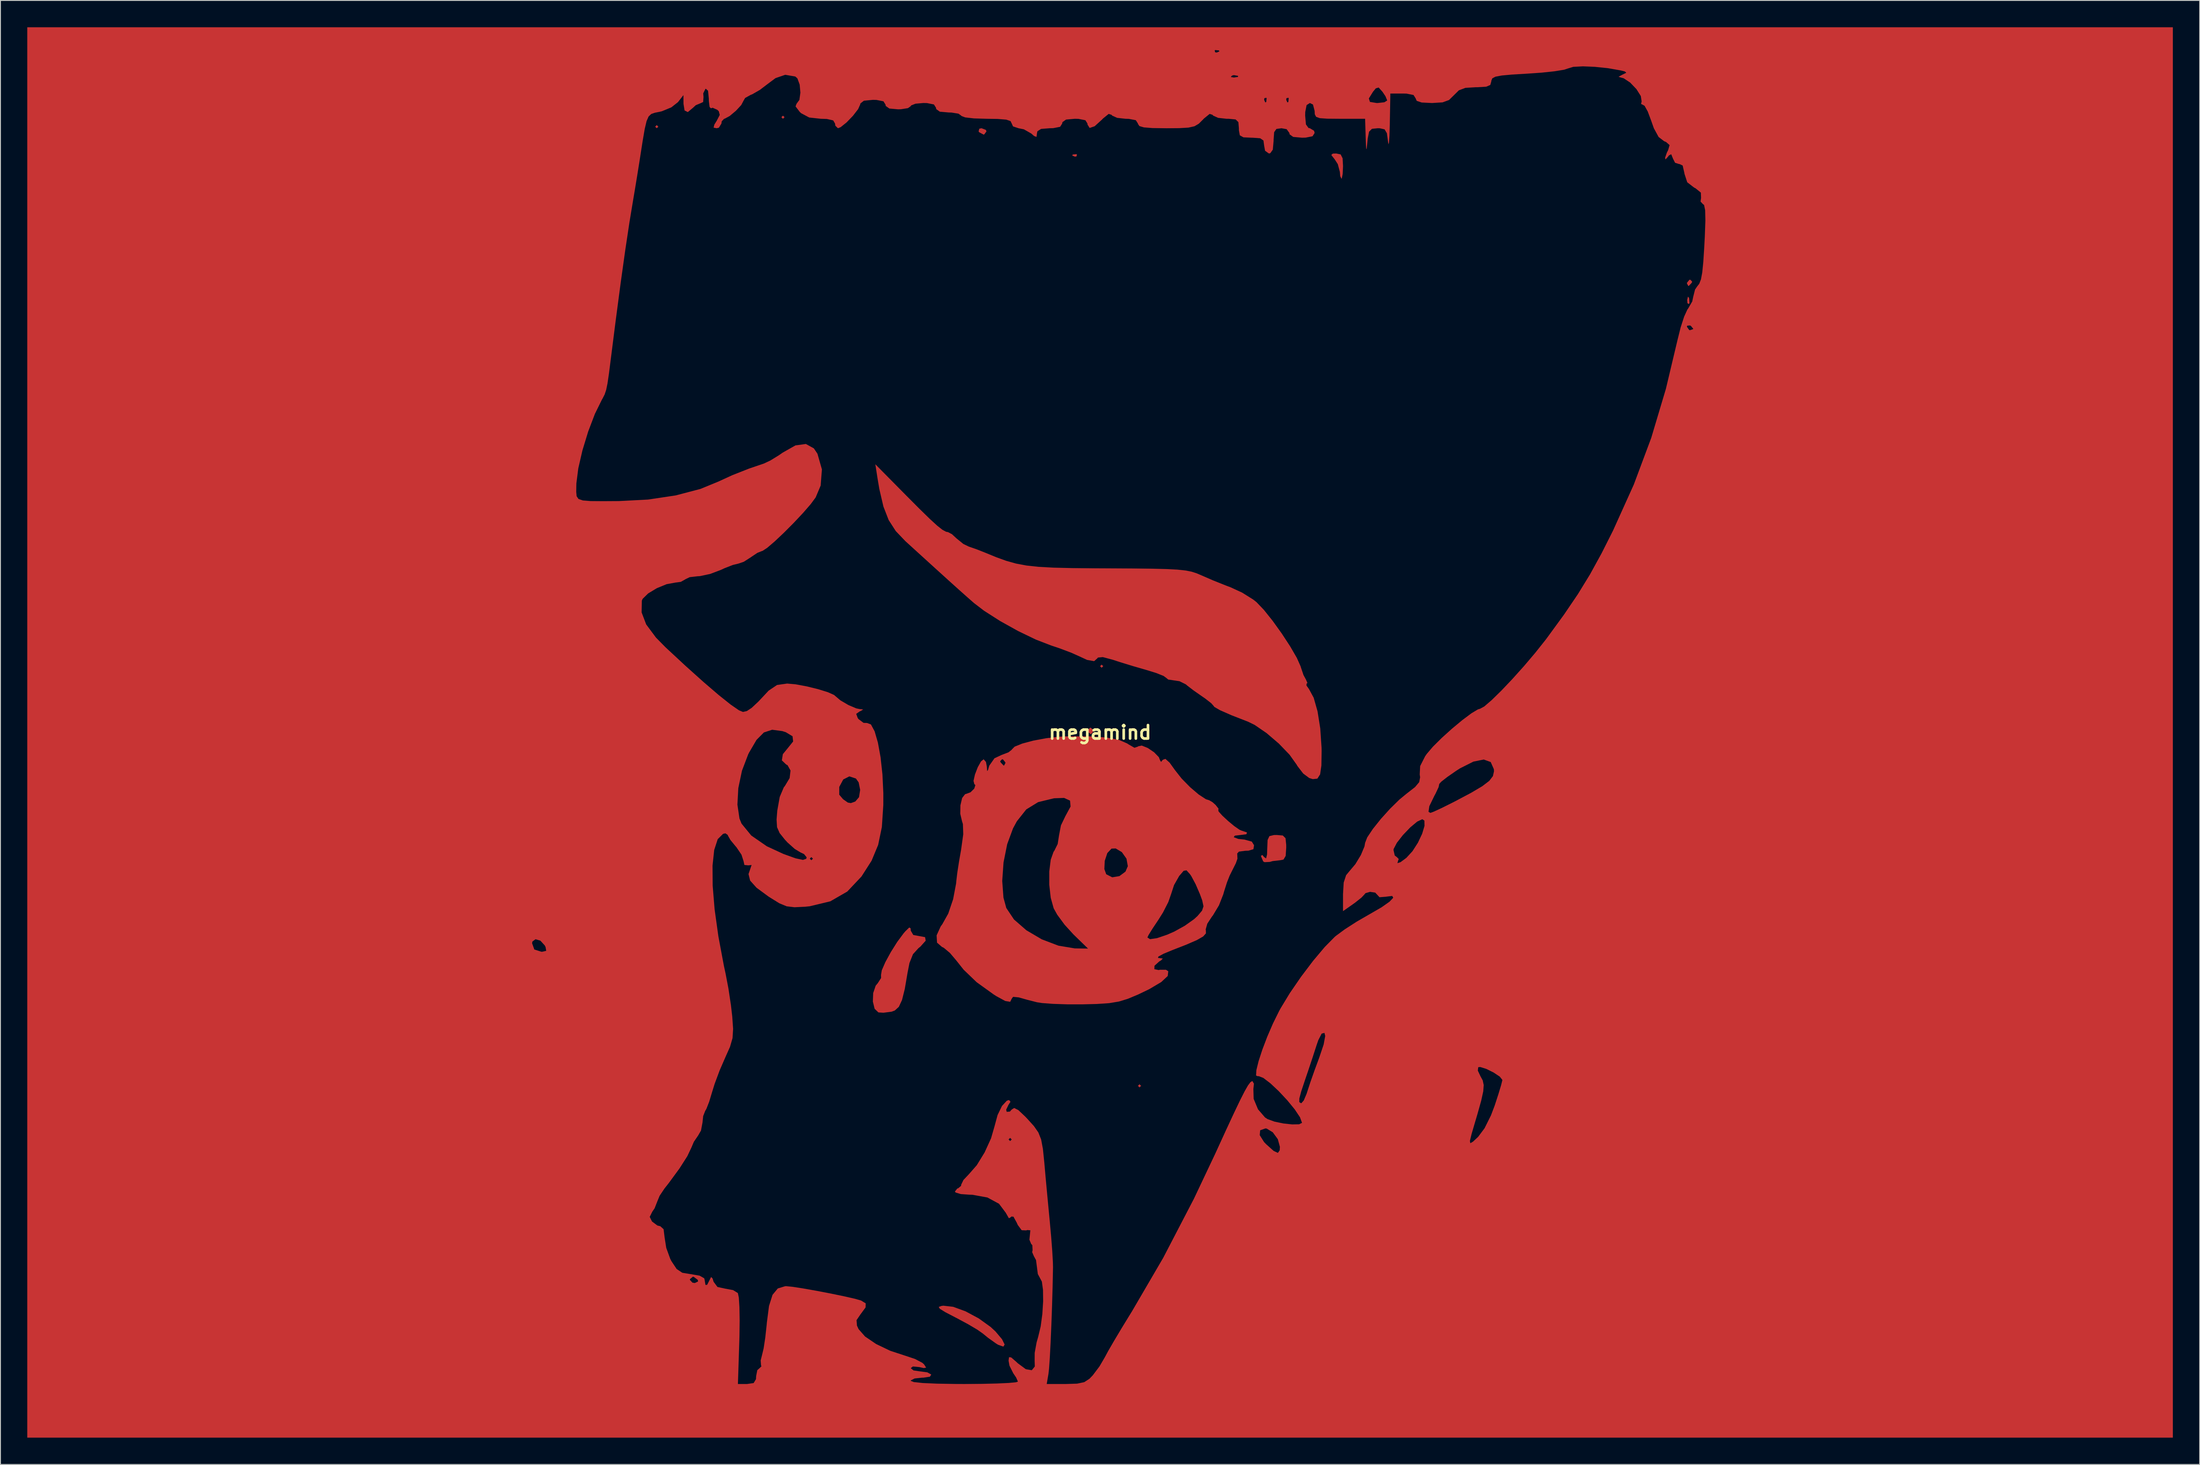
<source format=kicad_pcb>
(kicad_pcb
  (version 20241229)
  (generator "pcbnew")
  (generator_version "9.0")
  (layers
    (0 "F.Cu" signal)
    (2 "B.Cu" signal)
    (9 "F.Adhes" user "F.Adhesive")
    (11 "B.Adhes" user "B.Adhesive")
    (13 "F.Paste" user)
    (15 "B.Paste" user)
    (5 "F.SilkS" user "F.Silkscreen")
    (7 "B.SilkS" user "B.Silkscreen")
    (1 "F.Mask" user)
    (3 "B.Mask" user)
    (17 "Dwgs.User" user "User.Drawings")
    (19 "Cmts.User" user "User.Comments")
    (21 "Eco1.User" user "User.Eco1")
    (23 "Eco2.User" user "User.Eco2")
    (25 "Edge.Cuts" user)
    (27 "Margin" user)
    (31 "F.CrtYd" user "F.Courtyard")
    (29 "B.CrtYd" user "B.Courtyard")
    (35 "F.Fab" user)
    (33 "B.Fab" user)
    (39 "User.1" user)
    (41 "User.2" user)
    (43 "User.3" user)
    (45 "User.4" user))
  (footprint "megamind"
    (layer "F.Cu")
    (at 119.944 78.846)
    (property "Reference" "megamind" (at 0 0 0) (layer "F.SilkS") (effects (font (size 1.5 1.5) (thickness 0.3))))
    (attr board_only exclude_from_pos_files exclude_from_bom)
    (fp_poly (pts (xy -49.389 -67.733) (xy -49.565 -67.557) (xy -49.742 -67.733) (xy -49.565 -67.91)) (stroke (width 0) (type solid)) (fill yes) (layer "F.Cu"))
    (fp_poly (pts (xy -35.278 -68.792) (xy -35.454 -68.615) (xy -35.631 -68.792) (xy -35.454 -68.968)) (stroke (width 0) (type solid)) (fill yes) (layer "F.Cu"))
    (fp_poly (pts (xy 0.353 -7.408) (xy 0.176 -7.232) (xy 0 -7.408) (xy 0.176 -7.585)) (stroke (width 0) (type solid)) (fill yes) (layer "F.Cu"))
    (fp_poly (pts (xy 4.586 39.511) (xy 4.41 39.688) (xy 4.233 39.511) (xy 4.41 39.335)) (stroke (width 0) (type solid)) (fill yes) (layer "F.Cu"))
    (fp_poly (pts (xy -2.587 -64.617) (xy -2.635 -64.407) (xy -2.822 -64.382) (xy -3.113 -64.511) (xy -3.057 -64.617) (xy -2.639 -64.659)) (stroke (width 0) (type solid)) (fill yes) (layer "F.Cu"))
    (fp_poly (pts (xy 65.858 -48.573) (xy 65.9 -48.022) (xy 65.83 -47.897) (xy 65.669 -48.002) (xy 65.645 -48.36) (xy 65.731 -48.736)) (stroke (width 0) (type solid)) (fill yes) (layer "F.Cu"))
    (fp_poly (pts (xy -12.767 -67.373) (xy -12.7 -67.204) (xy -12.953 -66.861) (xy -13.032 -66.851) (xy -13.51 -67.108) (xy -13.582 -67.204) (xy -13.502 -67.506) (xy -13.25 -67.557)) (stroke (width 0) (type solid)) (fill yes) (layer "F.Cu"))
    (fp_poly (pts (xy -0.716 -0.261) (xy -0.706 -0.176) (xy -0.974 0.166) (xy -1.058 0.176) (xy -1.401 -0.092) (xy -1.411 -0.176) (xy -1.143 -0.519) (xy -1.058 -0.529)) (stroke (width 0) (type solid)) (fill yes) (layer "F.Cu"))
    (fp_poly (pts (xy 66.201 -50.407) (xy 66.146 -50.271) (xy 65.829 -49.934) (xy 65.772 -49.918) (xy 65.621 -50.191) (xy 65.617 -50.271) (xy 65.888 -50.61) (xy 65.99 -50.624)) (stroke (width 0) (type solid)) (fill yes) (layer "F.Cu"))
    (fp_poly (pts (xy 26.898 -64.633) (xy 27.117 -64.2) (xy 27.164 -63.324) (xy 27.125 -62.44) (xy 27.027 -61.948) (xy 26.988 -61.913) (xy 26.848 -62.212) (xy 26.811 -62.678) (xy 26.579 -63.545) (xy 26.227 -64.09) (xy 25.851 -64.567) (xy 26.019 -64.722) (xy 26.404 -64.735)) (stroke (width 0) (type solid)) (fill yes) (layer "F.Cu"))
    (fp_poly (pts (xy -16.425 64.218) (xy -15.036 64.727) (xy -13.567 65.515) (xy -12.231 66.476) (xy -11.686 66.982) (xy -10.96 67.845) (xy -10.668 68.436) (xy -10.813 68.67) (xy -11.396 68.463) (xy -11.642 68.312) (xy -12.516 67.689) (xy -13.127 67.192) (xy -13.731 66.769) (xy -14.758 66.162) (xy -15.997 65.496) (xy -16.126 65.43) (xy -17.304 64.816) (xy -17.917 64.439) (xy -18.037 64.231) (xy -17.733 64.123) (xy -17.52 64.094)) (stroke (width 0) (type solid)) (fill yes) (layer "F.Cu"))
    (fp_poly (pts (xy 20.434 11.521) (xy 20.736 11.823) (xy 20.812 12.573) (xy 20.814 12.876) (xy 20.752 13.804) (xy 20.509 14.213) (xy 20.137 14.287) (xy 19.298 14.383) (xy 18.972 14.475) (xy 18.388 14.503) (xy 18.238 14.416) (xy 18 13.862) (xy 17.997 13.788) (xy 18.146 13.7) (xy 18.344 13.935) (xy 18.563 14.088) (xy 18.671 13.64) (xy 18.692 12.965) (xy 18.731 12.024) (xy 18.933 11.591) (xy 19.437 11.47) (xy 19.756 11.465)) (stroke (width 0) (type solid)) (fill yes) (layer "F.Cu"))
    (fp_poly (pts (xy -21.18 21.897) (xy -21.167 22.158) (xy -20.881 22.646) (xy -20.285 22.754) (xy -19.564 22.887) (xy -19.495 23.282) (xy -20.079 23.934) (xy -20.309 24.121) (xy -20.918 24.794) (xy -21.311 25.782) (xy -21.527 26.881) (xy -21.836 28.691) (xy -22.143 29.916) (xy -22.496 30.675) (xy -22.944 31.085) (xy -23.303 31.22) (xy -24.227 31.339) (xy -24.783 31.302) (xy -25.207 30.896) (xy -25.403 30.086) (xy -25.366 29.137) (xy -25.089 28.316) (xy -24.855 28.033) (xy -24.484 27.456) (xy -24.49 27.111) (xy -24.403 26.587) (xy -24.005 25.676) (xy -23.397 24.561) (xy -22.683 23.426) (xy -21.964 22.456) (xy -21.784 22.247) (xy -21.336 21.806)) (stroke (width 0) (type solid)) (fill yes) (layer "F.Cu"))
    (fp_poly (pts (xy -21.813 -26.635) (xy -20.223 -25.037) (xy -19.043 -23.884) (xy -18.198 -23.111) (xy -17.613 -22.651) (xy -17.214 -22.439) (xy -17.003 -22.401) (xy -16.555 -22.165) (xy -16.06 -21.705) (xy -15.285 -21.076) (xy -14.682 -20.784) (xy -13.809 -20.481) (xy -12.876 -20.113) (xy -11.607 -19.593) (xy -10.486 -19.188) (xy -9.4 -18.884) (xy -8.232 -18.665) (xy -6.868 -18.518) (xy -5.193 -18.427) (xy -3.092 -18.377) (xy -0.451 -18.353) (xy 0.882 -18.348) (xy 3.636 -18.335) (xy 5.782 -18.312) (xy 7.417 -18.271) (xy 8.639 -18.207) (xy 9.544 -18.111) (xy 10.232 -17.976) (xy 10.797 -17.795) (xy 11.289 -17.585) (xy 12.651 -16.994) (xy 14.144 -16.398) (xy 14.589 -16.232) (xy 15.887 -15.633) (xy 17.124 -14.859) (xy 17.497 -14.563) (xy 18.319 -13.703) (xy 19.3 -12.476) (xy 20.32 -11.055) (xy 21.26 -9.618) (xy 22.001 -8.339) (xy 22.422 -7.394) (xy 22.451 -7.289) (xy 22.745 -6.418) (xy 23.022 -5.909) (xy 23.187 -5.531) (xy 23.095 -5.468) (xy 23.076 -5.251) (xy 23.36 -4.851) (xy 23.885 -3.881) (xy 24.315 -2.364) (xy 24.619 -0.452) (xy 24.765 1.7) (xy 24.772 2.091) (xy 24.747 3.692) (xy 24.603 4.685) (xy 24.297 5.163) (xy 23.787 5.218) (xy 23.389 5.096) (xy 22.713 4.594) (xy 22.062 3.749) (xy 21.978 3.599) (xy 21.184 2.486) (xy 19.991 1.246) (xy 18.619 0.072) (xy 17.287 -0.841) (xy 16.561 -1.197) (xy 14.681 -1.931) (xy 13.409 -2.49) (xy 12.771 -2.86) (xy 12.698 -2.964) (xy 12.429 -3.269) (xy 11.755 -3.794) (xy 11.375 -4.056) (xy 10.455 -4.699) (xy 9.738 -5.248) (xy 9.588 -5.379) (xy 8.88 -5.73) (xy 8.265 -5.821) (xy 7.614 -5.917) (xy 7.408 -6.095) (xy 7.096 -6.322) (xy 6.28 -6.647) (xy 5.203 -6.98) (xy 3.726 -7.406) (xy 2.246 -7.86) (xy 1.416 -8.131) (xy 0.309 -8.426) (xy -0.243 -8.374) (xy -0.289 -8.304) (xy -0.663 -7.971) (xy -1.448 -8.11) (xy -2.293 -8.501) (xy -3.216 -8.915) (xy -4.492 -9.397) (xy -5.468 -9.724) (xy -7.182 -10.386) (xy -9.165 -11.343) (xy -11.173 -12.46) (xy -12.96 -13.602) (xy -14.095 -14.469) (xy -14.8 -15.087) (xy -15.735 -15.92) (xy -16.963 -17.025) (xy -18.549 -18.463) (xy -20.557 -20.289) (xy -21.768 -21.392) (xy -22.844 -22.519) (xy -23.637 -23.751) (xy -24.223 -25.259) (xy -24.678 -27.215) (xy -24.879 -28.399) (xy -25.125 -29.986)) (stroke (width 0) (type solid)) (fill yes) (layer "F.Cu"))
    (fp_poly (pts (xy 0.691 0.561) (xy 2.101 0.825) (xy 3.043 1.237) (xy 3.148 1.312) (xy 3.844 1.713) (xy 4.235 1.582) (xy 4.258 1.548) (xy 4.66 1.465) (xy 5.331 1.736) (xy 6.045 2.218) (xy 6.572 2.763) (xy 6.708 3.111) (xy 6.822 3.294) (xy 7.01 3.06) (xy 7.304 2.952) (xy 7.778 3.377) (xy 8.383 4.218) (xy 9.122 5.156) (xy 10.061 6.113) (xy 11.023 6.934) (xy 11.835 7.466) (xy 12.212 7.585) (xy 12.581 7.804) (xy 12.927 8.114) (xy 13.251 8.529) (xy 13.217 8.643) (xy 13.25 8.833) (xy 13.673 9.304) (xy 14.318 9.903) (xy 15.015 10.48) (xy 15.597 10.883) (xy 15.819 10.978) (xy 16.425 11.179) (xy 16.364 11.379) (xy 15.699 11.465) (xy 15.068 11.538) (xy 14.945 11.712) (xy 14.948 11.714) (xy 15.455 11.905) (xy 16.146 11.978) (xy 16.967 12.205) (xy 17.217 12.612) (xy 17.146 13.053) (xy 16.592 13.218) (xy 16.233 13.229) (xy 15.532 13.32) (xy 15.325 13.543) (xy 15.337 13.568) (xy 15.36 14.117) (xy 15.181 14.626) (xy 14.726 15.531) (xy 14.49 16.005) (xy 14.19 16.765) (xy 13.852 17.828) (xy 13.775 18.105) (xy 13.296 19.325) (xy 12.624 20.446) (xy 12.512 20.587) (xy 11.992 21.378) (xy 11.808 22.024) (xy 11.828 22.124) (xy 11.837 22.462) (xy 11.531 22.808) (xy 10.819 23.216) (xy 9.607 23.741) (xy 8.114 24.321) (xy 7.097 24.743) (xy 6.516 25.06) (xy 6.478 25.212) (xy 6.526 25.217) (xy 7.012 25.276) (xy 6.83 25.476) (xy 6.615 25.605) (xy 6.086 26.084) (xy 6.071 26.469) (xy 6.551 26.565) (xy 6.702 26.533) (xy 7.368 26.532) (xy 7.627 26.703) (xy 7.565 27.23) (xy 6.846 27.903) (xy 5.499 28.702) (xy 4.233 29.309) (xy 3.108 29.779) (xy 2.11 30.085) (xy 1.024 30.266) (xy -0.368 30.36) (xy -1.94 30.399) (xy -3.665 30.399) (xy -5.253 30.347) (xy -6.495 30.254) (xy -7.056 30.167) (xy -8.14 29.891) (xy -9.059 29.631) (xy -9.084 29.623) (xy -9.726 29.56) (xy -9.878 29.769) (xy -10.046 30.116) (xy -10.594 30.028) (xy -11.587 29.489) (xy -11.891 29.296) (xy -13.802 27.921) (xy -15.258 26.522) (xy -16.07 25.499) (xy -16.788 24.652) (xy -17.473 24.077) (xy -17.679 23.976) (xy -18.229 23.501) (xy -18.275 22.687) (xy -17.82 21.687) (xy -17.64 21.441) (xy -16.973 20.25) (xy -16.428 18.642) (xy -16.1 16.907) (xy -16.071 16.603) (xy -10.938 16.603) (xy -10.801 18.467) (xy -10.484 19.625) (xy -9.622 20.913) (xy -8.24 22.117) (xy -6.524 23.128) (xy -4.659 23.839) (xy -2.832 24.143) (xy -2.702 24.146) (xy -1.346 24.165) (xy -2.626 22.922) (xy 5.292 22.922) (xy 5.581 23.112) (xy 6.361 23) (xy 7.497 22.615) (xy 8.29 22.268) (xy 9.472 21.614) (xy 10.51 20.877) (xy 10.9 20.518) (xy 11.4 19.926) (xy 11.563 19.437) (xy 11.419 18.768) (xy 11.157 18.06) (xy 10.684 16.966) (xy 10.199 16.061) (xy 10.051 15.844) (xy 9.664 15.415) (xy 9.345 15.469) (xy 8.848 16.046) (xy 8.847 16.047) (xy 8.273 17.06) (xy 7.949 18.053) (xy 7.63 18.967) (xy 7.032 20.136) (xy 6.515 20.959) (xy 5.87 21.924) (xy 5.427 22.64) (xy 5.292 22.922) (xy -2.626 22.922) (xy -2.987 22.57) (xy -3.964 21.498) (xy -4.792 20.374) (xy -5.188 19.66) (xy -5.516 18.482) (xy -5.679 17.033) (xy -5.678 15.541) (xy -5.645 15.275) (xy 0.48 15.275) (xy 0.689 15.855) (xy 1.355 16.195) (xy 2.162 16.063) (xy 2.838 15.563) (xy 3.104 14.951) (xy 2.952 14.111) (xy 2.434 13.378) (xy 1.747 12.969) (xy 1.281 12.986) (xy 0.813 13.485) (xy 0.524 14.357) (xy 0.48 15.275) (xy -5.645 15.275) (xy -5.517 14.234) (xy -5.199 13.34) (xy -5.114 13.227) (xy -4.739 12.47) (xy -4.586 11.492) (xy -4.375 10.39) (xy -3.864 9.326) (xy -3.848 9.302) (xy -3.298 8.282) (xy -3.356 7.621) (xy -4.021 7.319) (xy -5.151 7.359) (xy -6.925 7.789) (xy -8.249 8.603) (xy -9.303 9.932) (xy -9.735 10.731) (xy -10.385 12.496) (xy -10.793 14.533) (xy -10.938 16.603) (xy -16.071 16.603) (xy -16.069 16.581) (xy -15.962 15.685) (xy -15.762 14.391) (xy -15.537 13.109) (xy -15.296 11.378) (xy -15.336 10.24) (xy -15.432 9.934) (xy -15.629 9.098) (xy -15.613 8.144) (xy -15.42 7.326) (xy -15.087 6.896) (xy -14.996 6.879) (xy -14.486 6.69) (xy -14.068 6.281) (xy -13.941 5.888) (xy -14.061 5.767) (xy -14.149 5.412) (xy -13.988 4.701) (xy -13.676 3.89) (xy -13.312 3.237) (xy -13.015 2.999) (xy -12.756 3.299) (xy -12.665 3.792) (xy -12.624 4.319) (xy -12.528 4.199) (xy -12.387 3.713) (xy -12.037 3.215) (xy -11.168 3.215) (xy -11.113 3.351) (xy -10.795 3.688) (xy -10.739 3.704) (xy -10.587 3.431) (xy -10.583 3.351) (xy -10.855 3.012) (xy -10.957 2.999) (xy -11.168 3.215) (xy -12.037 3.215) (xy -11.806 2.886) (xy -11.011 2.516) (xy -10.243 2.223) (xy -9.882 1.942) (xy -9.878 1.918) (xy -9.554 1.589) (xy -8.691 1.24) (xy -7.456 0.912) (xy -6.011 0.643) (xy -4.522 0.475) (xy -3.837 0.442) (xy -1.263 0.437)) (stroke (width 0) (type solid)) (fill yes) (layer "F.Cu"))
    (fp_poly (pts (xy 119.944 0) (xy 119.944 78.846) (xy 0 78.846) (xy -119.944 78.846) (xy -119.944 61.207) (xy -45.861 61.207) (xy -45.574 61.517) (xy -45.311 61.56) (xy -44.946 61.389) (xy -44.979 61.207) (xy -45.43 60.868) (xy -45.529 60.854) (xy -45.852 61.123) (xy -45.861 61.207) (xy -119.944 61.207) (xy -119.944 23.577) (xy -63.5 23.577) (xy -63.252 24.269) (xy -62.476 24.516) (xy -62.37 24.518) (xy -61.923 24.417) (xy -61.998 23.991) (xy -62.089 23.812) (xy -62.577 23.278) (xy -63.118 23.119) (xy -63.468 23.376) (xy -63.5 23.577) (xy -119.944 23.577) (xy -119.944 8.073) (xy -40.546 8.073) (xy -40.317 9.619) (xy -40.084 10.194) (xy -38.997 11.524) (xy -37.258 12.727) (xy -35.403 13.585) (xy -34.041 14.074) (xy -33.219 14.25) (xy -32.85 14.127) (xy -32.846 14.111) (xy -32.456 14.111) (xy -32.279 14.287) (xy -32.103 14.111) (xy -32.279 13.935) (xy -32.456 14.111) (xy -32.846 14.111) (xy -32.808 13.958) (xy -33.099 13.598) (xy -33.492 13.412) (xy -34.14 13.021) (xy -34.948 12.298) (xy -35.232 11.993) (xy -35.829 11.247) (xy -36.116 10.591) (xy -36.168 9.744) (xy -36.09 8.746) (xy -35.816 7.211) (xy -35.71 6.959) (xy -29.16 6.959) (xy -28.736 7.463) (xy -28.199 7.84) (xy -27.861 7.898) (xy -27.369 7.723) (xy -26.952 7.238) (xy -26.822 6.419) (xy -26.991 5.583) (xy -27.296 5.152) (xy -28.028 4.908) (xy -28.714 5.256) (xy -29.159 6.091) (xy -29.16 6.959) (xy -35.71 6.959) (xy -35.364 6.143) (xy -35.232 5.974) (xy -34.709 5.103) (xy -34.608 4.256) (xy -34.942 3.661) (xy -35.101 3.577) (xy -35.579 3.118) (xy -35.466 2.426) (xy -34.925 1.764) (xy -34.317 1.009) (xy -34.384 0.423) (xy -35.136 -0.029) (xy -35.528 -0.152) (xy -36.661 -0.303) (xy -37.584 -0.002) (xy -38.41 0.829) (xy -39.25 2.267) (xy -39.343 2.454) (xy -40.039 4.284) (xy -40.447 6.226) (xy -40.546 8.073) (xy -119.944 8.073) (xy -119.944 0) (xy -119.944 -26.899) (xy -58.568 -26.899) (xy -58.523 -26.413) (xy -58.313 -26.106) (xy -57.828 -25.939) (xy -56.958 -25.87) (xy -55.594 -25.861) (xy -53.799 -25.87) (xy -50.539 -26.04) (xy -47.438 -26.505) (xy -44.678 -27.229) (xy -42.688 -28.045) (xy -41.12 -28.763) (xy -39.254 -29.5) (xy -37.571 -30.073) (xy -36.864 -30.406) (xy -35.904 -30.996) (xy -35.489 -31.284) (xy -34.056 -32.095) (xy -32.894 -32.255) (xy -32.001 -31.764) (xy -31.599 -31.167) (xy -31.098 -29.413) (xy -31.239 -27.605) (xy -31.796 -26.282) (xy -32.342 -25.541) (xy -33.197 -24.555) (xy -34.236 -23.448) (xy -35.334 -22.345) (xy -36.368 -21.369) (xy -37.213 -20.646) (xy -37.743 -20.298) (xy -37.807 -20.285) (xy -38.312 -20.084) (xy -39.038 -19.598) (xy -39.062 -19.579) (xy -39.838 -19.083) (xy -40.453 -18.874) (xy -40.458 -18.874) (xy -41.062 -18.728) (xy -42 -18.36) (xy -42.417 -18.168) (xy -43.593 -17.724) (xy -44.742 -17.479) (xy -45.025 -17.462) (xy -45.88 -17.364) (xy -46.38 -17.125) (xy -46.39 -17.11) (xy -46.876 -16.838) (xy -47.483 -16.757) (xy -48.46 -16.58) (xy -49.553 -16.133) (xy -50.525 -15.546) (xy -51.14 -14.944) (xy -51.232 -14.735) (xy -51.258 -13.425) (xy -50.745 -12.077) (xy -49.65 -10.606) (xy -48.588 -9.526) (xy -46.334 -7.433) (xy -44.336 -5.641) (xy -42.644 -4.189) (xy -41.306 -3.121) (xy -40.374 -2.477) (xy -39.931 -2.293) (xy -39.493 -2.391) (xy -38.953 -2.748) (xy -38.197 -3.457) (xy -37.113 -4.614) (xy -37.058 -4.674) (xy -36.115 -5.308) (xy -34.989 -5.468) (xy -34.023 -5.38) (xy -32.795 -5.152) (xy -31.526 -4.84) (xy -30.436 -4.502) (xy -29.743 -4.193) (xy -29.633 -4.099) (xy -29.04 -3.594) (xy -28.135 -3.064) (xy -27.256 -2.691) (xy -26.912 -2.621) (xy -26.484 -2.571) (xy -26.74 -2.411) (xy -26.873 -2.356) (xy -27.264 -2.078) (xy -27.098 -1.622) (xy -27.006 -1.493) (xy -26.444 -1.072) (xy -26.053 -1.06) (xy -25.617 -0.894) (xy -25.206 -0.13) (xy -24.841 1.126) (xy -24.542 2.767) (xy -24.332 4.686) (xy -24.232 6.776) (xy -24.234 8.114) (xy -24.396 10.572) (xy -24.81 12.572) (xy -25.544 14.339) (xy -26.667 16.095) (xy -26.672 16.102) (xy -28.263 17.788) (xy -30.163 18.882) (xy -32.467 19.435) (xy -32.974 19.484) (xy -34.166 19.543) (xy -35.031 19.442) (xy -35.857 19.1) (xy -36.931 18.435) (xy -37.104 18.321) (xy -38.412 17.358) (xy -39.125 16.561) (xy -39.306 15.835) (xy -39.098 15.225) (xy -38.96 14.816) (xy -39.32 14.86) (xy -39.765 14.817) (xy -39.864 14.377) (xy -40.094 13.664) (xy -40.656 12.834) (xy -40.746 12.733) (xy -41.327 12.025) (xy -41.62 11.511) (xy -41.628 11.458) (xy -41.887 11.278) (xy -42.15 11.335) (xy -42.748 11.931) (xy -43.141 13.137) (xy -43.329 14.89) (xy -43.313 17.126) (xy -43.095 19.78) (xy -42.676 22.79) (xy -42.058 26.09) (xy -41.864 26.988) (xy -41.55 28.639) (xy -41.268 30.509) (xy -41.125 31.75) (xy -41.028 33.151) (xy -41.092 34.175) (xy -41.371 35.143) (xy -41.902 36.336) (xy -42.531 37.783) (xy -43.095 39.298) (xy -43.38 40.217) (xy -43.704 41.291) (xy -44.014 42.085) (xy -44.149 42.316) (xy -44.375 42.895) (xy -44.45 43.613) (xy -44.619 44.513) (xy -44.933 45.059) (xy -45.418 45.773) (xy -45.687 46.407) (xy -46.147 47.377) (xy -47.014 48.737) (xy -48.21 50.369) (xy -48.707 51.002) (xy -49.242 51.802) (xy -49.514 52.461) (xy -49.515 52.466) (xy -49.802 53.199) (xy -50.065 53.587) (xy -50.352 54.163) (xy -50.094 54.681) (xy -49.494 55.129) (xy -49.169 55.21) (xy -48.801 55.539) (xy -48.683 56.485) (xy -48.503 57.629) (xy -48.055 58.858) (xy -47.923 59.113) (xy -47.339 59.993) (xy -46.71 60.413) (xy -45.738 60.571) (xy -45.718 60.572) (xy -44.77 60.739) (xy -44.263 61.029) (xy -44.23 61.119) (xy -44.115 61.777) (xy -43.933 61.763) (xy -43.74 61.383) (xy -43.489 60.887) (xy -43.326 61.048) (xy -43.209 61.419) (xy -42.776 62.002) (xy -41.9 62.19) (xy -41.029 62.352) (xy -40.495 62.684) (xy -40.389 63.192) (xy -40.322 64.26) (xy -40.297 65.746) (xy -40.319 67.504) (xy -40.333 67.998) (xy -40.49 72.849) (xy -39.471 72.849) (xy -38.733 72.745) (xy -38.472 72.309) (xy -38.453 71.967) (xy -38.325 71.304) (xy -38.079 71.085) (xy -37.859 70.873) (xy -37.905 70.762) (xy -37.946 70.214) (xy -37.795 69.615) (xy -37.617 68.874) (xy -37.433 67.668) (xy -37.276 66.236) (xy -37.255 65.989) (xy -37.014 64.125) (xy -36.621 62.879) (xy -36.034 62.169) (xy -35.209 61.916) (xy -35.073 61.913) (xy -34.365 61.983) (xy -33.167 62.17) (xy -31.674 62.435) (xy -30.085 62.74) (xy -28.597 63.048) (xy -27.407 63.32) (xy -26.721 63.516) (xy -26.204 63.832) (xy -26.216 64.286) (xy -26.764 65.033) (xy -26.78 65.052) (xy -27.227 65.711) (xy -27.181 66.319) (xy -26.994 66.719) (xy -26.272 67.542) (xy -25.036 68.381) (xy -23.466 69.134) (xy -21.755 69.695) (xy -20.684 70.053) (xy -19.874 70.48) (xy -19.678 70.653) (xy -19.445 71.019) (xy -19.711 71.067) (xy -20.197 70.96) (xy -20.927 70.888) (xy -21.167 71.078) (xy -20.861 71.332) (xy -20.129 71.438) (xy -19.314 71.546) (xy -18.874 71.79) (xy -19.023 72.03) (xy -19.741 72.14) (xy -19.911 72.143) (xy -20.735 72.23) (xy -21.154 72.445) (xy -21.167 72.496) (xy -20.823 72.633) (xy -19.825 72.74) (xy -18.224 72.811) (xy -16.071 72.846) (xy -15.169 72.849) (xy -13.202 72.834) (xy -11.508 72.793) (xy -10.199 72.731) (xy -9.392 72.654) (xy -9.183 72.584) (xy -9.384 72.125) (xy -9.713 71.635) (xy -10.128 70.802) (xy -10.231 70.246) (xy -10.18 69.85) (xy -9.937 69.878) (xy -9.369 70.368) (xy -9.193 70.535) (xy -8.298 71.196) (xy -7.634 71.309) (xy -7.297 70.891) (xy -7.316 70.232) (xy -7.309 69.366) (xy -7.095 68.193) (xy -6.92 67.58) (xy -6.64 66.414) (xy -6.453 65.022) (xy -6.364 63.596) (xy -6.38 62.325) (xy -6.507 61.4) (xy -6.703 61.031) (xy -6.959 60.553) (xy -7.056 59.796) (xy -7.161 58.993) (xy -7.393 58.571) (xy -7.592 58.11) (xy -7.545 57.88) (xy -7.573 57.326) (xy -7.704 57.185) (xy -7.898 56.72) (xy -7.848 56.208) (xy -7.794 55.664) (xy -8.136 55.634) (xy -8.252 55.675) (xy -8.766 55.655) (xy -9.202 55.068) (xy -9.321 54.803) (xy -9.687 54.138) (xy -9.939 54.129) (xy -9.966 54.19) (xy -10.192 54.321) (xy -10.514 53.758) (xy -10.526 53.727) (xy -11.299 52.696) (xy -12.594 51.995) (xy -14.281 51.69) (xy -14.623 51.682) (xy -15.576 51.613) (xy -16.151 51.437) (xy -16.228 51.329) (xy -15.959 50.987) (xy -15.875 50.976) (xy -15.545 50.699) (xy -15.522 50.549) (xy -15.275 50.038) (xy -14.679 49.407) (xy -14.674 49.402) (xy -13.782 48.383) (xy -12.904 46.949) (xy -12.247 45.508) (xy -10.231 45.508) (xy -10.054 45.685) (xy -9.878 45.508) (xy -10.054 45.332) (xy -10.231 45.508) (xy -12.247 45.508) (xy -12.189 45.38) (xy -11.799 44.033) (xy -11.458 42.774) (xy -10.966 41.76) (xy -10.424 41.174) (xy -10.179 41.099) (xy -10.015 41.291) (xy -10.238 41.636) (xy -10.498 42.181) (xy -10.438 42.42) (xy -10.08 42.39) (xy -9.883 42.165) (xy -9.603 41.988) (xy -9.138 42.224) (xy -8.378 42.938) (xy -8.133 43.195) (xy -7.387 44.022) (xy -6.896 44.729) (xy -6.587 45.511) (xy -6.39 46.564) (xy -6.234 48.082) (xy -6.197 48.507) (xy -6.077 49.863) (xy -5.912 51.642) (xy -5.729 53.569) (xy -5.622 54.681) (xy -5.466 56.401) (xy -5.345 57.986) (xy -5.274 59.228) (xy -5.261 59.796) (xy -5.304 61.897) (xy -5.367 64.101) (xy -5.445 66.267) (xy -5.532 68.256) (xy -5.62 69.93) (xy -5.706 71.148) (xy -5.768 71.702) (xy -5.964 72.849) (xy -3.817 72.849) (xy -2.562 72.81) (xy -1.767 72.642) (xy -1.188 72.266) (xy -0.816 71.878) (xy -0.066 70.882) (xy 0.537 69.85) (xy 0.909 69.157) (xy 1.57 68.016) (xy 2.43 66.577) (xy 3.402 64.99) (xy 3.56 64.735) (xy 7.054 58.751) (xy 10.491 52.139) (xy 12.878 47.096) (xy 13.826 45.025) (xy 17.852 45.025) (xy 18.335 45.794) (xy 18.566 46.035) (xy 19.405 46.786) (xy 19.881 47.01) (xy 20.082 46.724) (xy 20.108 46.33) (xy 19.925 45.663) (xy 41.352 45.663) (xy 41.396 45.927) (xy 41.686 45.761) (xy 42.239 45.246) (xy 42.271 45.215) (xy 42.988 44.253) (xy 43.706 42.811) (xy 44.123 41.71) (xy 44.534 40.447) (xy 44.837 39.443) (xy 44.976 38.884) (xy 44.979 38.847) (xy 44.69 38.48) (xy 44.003 38.023) (xy 43.186 37.618) (xy 42.506 37.406) (xy 42.281 37.427) (xy 42.237 37.812) (xy 42.53 38.434) (xy 42.784 38.903) (xy 42.894 39.421) (xy 42.843 40.128) (xy 42.615 41.166) (xy 42.193 42.673) (xy 41.943 43.517) (xy 41.54 44.888) (xy 41.352 45.663) (xy 19.925 45.663) (xy 19.872 45.473) (xy 19.307 44.702) (xy 18.628 44.289) (xy 18.487 44.274) (xy 17.901 44.48) (xy 17.852 45.025) (xy 13.826 45.025) (xy 14.04 44.556) (xy 14.952 42.593) (xy 15.649 41.135) (xy 16.167 40.115) (xy 16.54 39.463) (xy 16.806 39.11) (xy 16.999 38.985) (xy 17.034 38.982) (xy 17.204 39.271) (xy 17.14 39.867) (xy 17.173 40.968) (xy 17.657 42.132) (xy 18.446 43.048) (xy 18.73 43.233) (xy 19.496 43.512) (xy 20.49 43.718) (xy 21.486 43.825) (xy 22.257 43.811) (xy 22.578 43.651) (xy 22.578 43.644) (xy 22.352 43.024) (xy 21.76 42.139) (xy 21.095 41.327) (xy 22.274 41.327) (xy 22.458 41.449) (xy 22.505 41.451) (xy 22.773 41.148) (xy 23.094 40.393) (xy 23.179 40.128) (xy 23.509 39.115) (xy 23.991 37.747) (xy 24.501 36.368) (xy 24.997 34.893) (xy 25.173 33.934) (xy 25.088 33.59) (xy 24.779 33.668) (xy 24.401 34.405) (xy 24.206 34.969) (xy 23.772 36.309) (xy 23.251 37.873) (xy 22.944 38.772) (xy 22.497 40.115) (xy 22.28 40.924) (xy 22.274 41.327) (xy 21.095 41.327) (xy 20.927 41.122) (xy 19.98 40.109) (xy 19.046 39.231) (xy 18.251 38.624) (xy 17.723 38.42) (xy 17.655 38.443) (xy 17.441 38.36) (xy 17.477 37.756) (xy 17.724 36.751) (xy 18.142 35.468) (xy 18.69 34.025) (xy 19.328 32.546) (xy 20.017 31.151) (xy 20.17 30.868) (xy 21.212 29.149) (xy 22.474 27.313) (xy 23.819 25.535) (xy 25.114 23.996) (xy 26.221 22.871) (xy 26.352 22.758) (xy 27.351 22.02) (xy 28.696 21.153) (xy 30.101 20.341) (xy 30.14 20.32) (xy 31.468 19.552) (xy 32.363 18.923) (xy 32.777 18.482) (xy 32.665 18.279) (xy 31.98 18.362) (xy 31.961 18.367) (xy 31.243 18.423) (xy 31.044 18.206) (xy 30.766 17.908) (xy 30.183 17.82) (xy 29.67 17.971) (xy 29.575 18.093) (xy 29.233 18.457) (xy 28.531 19.017) (xy 28.31 19.175) (xy 27.164 19.98) (xy 27.164 18.07) (xy 27.24 16.778) (xy 27.51 15.957) (xy 27.872 15.52) (xy 28.545 14.723) (xy 29.163 13.699) (xy 29.393 13.149) (xy 32.808 13.149) (xy 32.95 13.764) (xy 33.182 13.935) (xy 33.393 14.151) (xy 33.337 14.287) (xy 33.245 14.615) (xy 33.595 14.502) (xy 34.244 14.023) (xy 34.927 13.279) (xy 35.54 12.323) (xy 36.012 11.322) (xy 36.276 10.443) (xy 36.262 9.853) (xy 36.028 9.701) (xy 35.463 9.962) (xy 34.681 10.615) (xy 33.862 11.471) (xy 33.185 12.337) (xy 32.827 13.022) (xy 32.808 13.149) (xy 29.393 13.149) (xy 29.564 12.74) (xy 29.633 12.342) (xy 29.872 11.728) (xy 30.502 10.786) (xy 31.397 9.667) (xy 32.116 8.87) (xy 36.722 8.87) (xy 36.931 8.996) (xy 37.338 8.845) (xy 38.202 8.444) (xy 39.354 7.872) (xy 39.665 7.713) (xy 41.474 6.756) (xy 42.727 6.014) (xy 43.514 5.414) (xy 43.923 4.881) (xy 44.043 4.344) (xy 44.029 4.107) (xy 43.676 3.307) (xy 42.896 3.026) (xy 41.738 3.261) (xy 40.249 4.009) (xy 39.795 4.301) (xy 38.816 4.983) (xy 38.145 5.506) (xy 37.922 5.759) (xy 37.924 5.762) (xy 37.849 6.117) (xy 37.508 6.845) (xy 37.369 7.1) (xy 36.814 8.245) (xy 36.722 8.87) (xy 32.116 8.87) (xy 32.43 8.522) (xy 33.474 7.499) (xy 34.267 6.847) (xy 35.216 6.108) (xy 35.681 5.554) (xy 35.784 5.009) (xy 35.74 4.697) (xy 35.788 3.757) (xy 36.345 2.659) (xy 36.523 2.404) (xy 37.212 1.595) (xy 38.199 0.615) (xy 39.339 -0.414) (xy 40.49 -1.371) (xy 41.507 -2.133) (xy 42.248 -2.579) (xy 42.479 -2.646) (xy 42.953 -2.903) (xy 43.775 -3.609) (xy 44.852 -4.662) (xy 46.088 -5.963) (xy 47.388 -7.41) (xy 48.656 -8.904) (xy 49.8 -10.343) (xy 49.98 -10.583) (xy 51.871 -13.176) (xy 53.425 -15.467) (xy 54.781 -17.679) (xy 56.075 -20.036) (xy 57.35 -22.566) (xy 59.677 -27.722) (xy 61.624 -32.934) (xy 63.263 -38.419) (xy 64.553 -43.844) (xy 64.908 -45.274) (xy 64.934 -45.353) (xy 65.617 -45.353) (xy 65.873 -44.994) (xy 65.969 -44.979) (xy 66.313 -45.1) (xy 66.322 -45.135) (xy 66.075 -45.436) (xy 65.969 -45.508) (xy 65.644 -45.48) (xy 65.617 -45.353) (xy 64.934 -45.353) (xy 65.301 -46.489) (xy 65.661 -47.28) (xy 65.749 -47.4) (xy 66.207 -48.184) (xy 66.322 -48.729) (xy 66.523 -49.523) (xy 66.74 -49.842) (xy 66.994 -50.173) (xy 67.184 -50.661) (xy 67.327 -51.426) (xy 67.444 -52.589) (xy 67.552 -54.27) (xy 67.615 -55.474) (xy 67.679 -57.248) (xy 67.652 -58.392) (xy 67.533 -58.976) (xy 67.389 -59.09) (xy 67.138 -59.36) (xy 67.196 -59.769) (xy 67.172 -60.363) (xy 66.576 -60.844) (xy 66.426 -60.918) (xy 65.649 -61.517) (xy 65.337 -62.475) (xy 65.328 -62.561) (xy 65.137 -63.388) (xy 64.776 -63.563) (xy 64.745 -63.553) (xy 64.291 -63.694) (xy 64.064 -64.142) (xy 63.857 -64.651) (xy 63.604 -64.523) (xy 63.505 -64.382) (xy 63.218 -64.066) (xy 63.174 -64.262) (xy 63.37 -64.823) (xy 63.514 -65.114) (xy 63.676 -65.674) (xy 63.282 -66.021) (xy 63.061 -66.111) (xy 62.446 -66.583) (xy 61.915 -67.56) (xy 61.615 -68.409) (xy 61.234 -69.429) (xy 60.878 -70.068) (xy 60.661 -70.193) (xy 60.486 -70.273) (xy 60.551 -70.558) (xy 60.458 -71.159) (xy 59.966 -71.935) (xy 59.262 -72.67) (xy 58.535 -73.15) (xy 58.231 -73.226) (xy 57.973 -73.312) (xy 58.385 -73.539) (xy 58.838 -73.762) (xy 58.674 -73.908) (xy 58.208 -74.022) (xy 56.798 -74.27) (xy 55.313 -74.424) (xy 53.95 -74.478) (xy 52.906 -74.422) (xy 52.399 -74.269) (xy 51.878 -74.099) (xy 50.812 -73.926) (xy 49.361 -73.772) (xy 47.84 -73.666) (xy 46.078 -73.561) (xy 44.904 -73.454) (xy 44.202 -73.321) (xy 43.855 -73.136) (xy 43.748 -72.875) (xy 43.744 -72.795) (xy 43.631 -72.399) (xy 43.18 -72.203) (xy 42.222 -72.144) (xy 42.006 -72.143) (xy 40.849 -72.073) (xy 40.118 -71.798) (xy 39.574 -71.261) (xy 39.014 -70.713) (xy 38.296 -70.45) (xy 37.155 -70.379) (xy 37.079 -70.379) (xy 35.957 -70.434) (xy 35.402 -70.623) (xy 35.278 -70.908) (xy 35.045 -71.276) (xy 34.272 -71.428) (xy 33.867 -71.438) (xy 32.456 -71.438) (xy 32.394 -67.998) (xy 32.357 -66.728) (xy 32.305 -65.956) (xy 32.245 -65.756) (xy 32.197 -66.058) (xy 32.069 -67.001) (xy 31.811 -67.435) (xy 31.275 -67.553) (xy 31.044 -67.557) (xy 30.398 -67.493) (xy 30.075 -67.171) (xy 29.924 -66.396) (xy 29.892 -66.058) (xy 29.816 -65.32) (xy 29.765 -65.191) (xy 29.726 -65.704) (xy 29.695 -66.587) (xy 29.633 -68.615) (xy 26.811 -68.615) (xy 25.411 -68.625) (xy 24.573 -68.683) (xy 24.153 -68.835) (xy 24.006 -69.126) (xy 23.989 -69.497) (xy 23.805 -70.207) (xy 23.46 -70.379) (xy 23.092 -70.146) (xy 22.94 -69.374) (xy 22.931 -68.968) (xy 23.018 -67.987) (xy 23.308 -67.583) (xy 23.46 -67.557) (xy 23.927 -67.275) (xy 23.989 -67.028) (xy 23.756 -66.66) (xy 22.983 -66.508) (xy 22.578 -66.499) (xy 21.597 -66.586) (xy 21.192 -66.876) (xy 21.167 -67.028) (xy 20.86 -67.453) (xy 20.285 -67.557) (xy 19.717 -67.48) (xy 19.464 -67.117) (xy 19.403 -66.269) (xy 19.403 -66.146) (xy 19.315 -65.165) (xy 19.026 -64.76) (xy 18.874 -64.735) (xy 18.448 -65.041) (xy 18.344 -65.617) (xy 18.267 -66.185) (xy 17.904 -66.437) (xy 17.056 -66.498) (xy 16.933 -66.499) (xy 16.029 -66.54) (xy 15.626 -66.767) (xy 15.524 -67.33) (xy 15.522 -67.557) (xy 15.465 -68.241) (xy 15.156 -68.541) (xy 14.391 -68.614) (xy 14.141 -68.615) (xy 13.2 -68.719) (xy 12.629 -68.979) (xy 12.577 -69.056) (xy 12.253 -69.162) (xy 11.617 -68.646) (xy 11.506 -68.527) (xy 11.04 -68.065) (xy 10.557 -67.779) (xy 9.88 -67.627) (xy 8.834 -67.567) (xy 7.425 -67.557) (xy 5.872 -67.577) (xy 4.902 -67.652) (xy 4.397 -67.801) (xy 4.235 -68.044) (xy 4.233 -68.086) (xy 3.995 -68.458) (xy 3.21 -68.607) (xy 2.852 -68.615) (xy 1.911 -68.719) (xy 1.34 -68.979) (xy 1.288 -69.056) (xy 0.964 -69.162) (xy 0.328 -68.646) (xy 0.217 -68.527) (xy -0.606 -67.78) (xy -1.166 -67.589) (xy -1.406 -67.971) (xy -1.411 -68.086) (xy -1.644 -68.454) (xy -2.417 -68.606) (xy -2.822 -68.615) (xy -3.803 -68.528) (xy -4.208 -68.238) (xy -4.233 -68.086) (xy -4.466 -67.718) (xy -5.239 -67.567) (xy -5.644 -67.557) (xy -6.597 -67.482) (xy -7.007 -67.217) (xy -7.056 -66.973) (xy -7.106 -66.586) (xy -7.378 -66.692) (xy -7.701 -66.973) (xy -8.519 -67.438) (xy -9.112 -67.557) (xy -9.733 -67.764) (xy -9.878 -68.086) (xy -10.011 -68.358) (xy -10.493 -68.521) (xy -11.45 -68.598) (xy -12.7 -68.615) (xy -14.098 -68.657) (xy -15.08 -68.769) (xy -15.513 -68.936) (xy -15.522 -68.968) (xy -15.835 -69.189) (xy -16.617 -69.312) (xy -16.933 -69.321) (xy -17.915 -69.408) (xy -18.319 -69.698) (xy -18.344 -69.85) (xy -18.577 -70.218) (xy -19.35 -70.37) (xy -19.756 -70.379) (xy -20.639 -70.301) (xy -21.131 -70.105) (xy -21.167 -70.026) (xy -21.48 -69.805) (xy -22.261 -69.683) (xy -22.578 -69.674) (xy -23.559 -69.761) (xy -23.963 -70.051) (xy -23.989 -70.203) (xy -24.222 -70.571) (xy -24.994 -70.722) (xy -25.4 -70.732) (xy 18.344 -70.732) (xy 18.474 -70.442) (xy 18.58 -70.497) (xy 18.603 -70.732) (xy 20.814 -70.732) (xy 20.943 -70.442) (xy 21.049 -70.497) (xy 21.089 -70.889) (xy 30.053 -70.889) (xy 30.172 -70.502) (xy 30.911 -70.38) (xy 31.044 -70.379) (xy 31.788 -70.462) (xy 32.103 -70.661) (xy 32.103 -70.665) (xy 31.908 -71.138) (xy 31.574 -71.635) (xy 31.149 -72.11) (xy 30.834 -72.022) (xy 30.515 -71.635) (xy 30.053 -70.889) (xy 21.089 -70.889) (xy 21.091 -70.915) (xy 21.049 -70.967) (xy 20.839 -70.919) (xy 20.814 -70.732) (xy 18.603 -70.732) (xy 18.622 -70.915) (xy 18.58 -70.967) (xy 18.37 -70.919) (xy 18.344 -70.732) (xy -25.4 -70.732) (xy -26.403 -70.635) (xy -26.798 -70.328) (xy -26.811 -70.23) (xy -27.049 -69.696) (xy -27.627 -68.949) (xy -28.345 -68.205) (xy -29.001 -67.68) (xy -29.308 -67.557) (xy -29.597 -67.843) (xy -29.633 -68.086) (xy -29.841 -68.435) (xy -30.548 -68.594) (xy -31.221 -68.615) (xy -32.52 -68.757) (xy -33.423 -69.241) (xy -33.58 -69.387) (xy -34.046 -70) (xy -33.933 -70.298) (xy -33.617 -70.726) (xy -33.505 -71.536) (xy -33.585 -72.436) (xy -33.843 -73.137) (xy -34.01 -73.286) (xy 14.617 -73.286) (xy 14.964 -73.229) (xy 15.421 -73.294) (xy 15.427 -73.415) (xy 14.955 -73.499) (xy 14.751 -73.442) (xy 14.617 -73.286) (xy -34.01 -73.286) (xy -34.072 -73.34) (xy -35.199 -73.535) (xy -36.288 -73.161) (xy -37.118 -72.543) (xy -38.034 -71.846) (xy -38.884 -71.357) (xy -39.07 -71.285) (xy -39.687 -70.942) (xy -39.864 -70.631) (xy -40.117 -70.153) (xy -40.715 -69.508) (xy -41.415 -68.923) (xy -41.975 -68.622) (xy -42.035 -68.615) (xy -42.3 -68.329) (xy -42.333 -68.086) (xy -42.616 -67.62) (xy -42.871 -67.557) (xy -43.209 -67.627) (xy -43.128 -67.961) (xy -42.863 -68.389) (xy -42.52 -69.049) (xy -42.633 -69.463) (xy -42.799 -69.621) (xy -43.316 -69.85) (xy -43.512 -69.788) (xy -43.66 -69.942) (xy -43.74 -70.61) (xy -43.744 -70.87) (xy -43.83 -71.749) (xy -44.078 -71.972) (xy -44.128 -71.948) (xy -44.369 -71.455) (xy -44.337 -71.045) (xy -44.377 -70.491) (xy -44.616 -70.379) (xy -45.205 -70.132) (xy -45.508 -69.85) (xy -46.091 -69.364) (xy -46.456 -69.547) (xy -46.575 -70.291) (xy -46.582 -71.261) (xy -47.192 -70.477) (xy -47.933 -69.895) (xy -48.986 -69.458) (xy -49.212 -69.403) (xy -49.773 -69.291) (xy -50.179 -69.152) (xy -50.473 -68.876) (xy -50.702 -68.356) (xy -50.909 -67.485) (xy -51.138 -66.153) (xy -51.435 -64.252) (xy -51.497 -63.853) (xy -51.749 -62.277) (xy -52.011 -60.683) (xy -52.191 -59.619) (xy -52.62 -57.027) (xy -53.087 -53.925) (xy -53.599 -50.264) (xy -54.164 -45.995) (xy -54.696 -41.804) (xy -54.907 -40.148) (xy -55.07 -39.033) (xy -55.22 -38.302) (xy -55.389 -37.795) (xy -55.614 -37.353) (xy -55.693 -37.218) (xy -56.481 -35.618) (xy -57.232 -33.644) (xy -57.875 -31.534) (xy -58.338 -29.526) (xy -58.551 -27.858) (xy -58.557 -27.605) (xy -58.568 -26.899) (xy -119.944 -26.899) (xy -119.944 -76.259) (xy 12.818 -76.259) (xy 12.866 -76.049) (xy 13.053 -76.024) (xy 13.343 -76.153) (xy 13.288 -76.259) (xy 12.869 -76.301) (xy 12.818 -76.259) (xy -119.944 -76.259) (xy -119.944 -78.846) (xy 0 -78.846) (xy 119.944 -78.846)) (stroke (width 0) (type solid)) (fill yes) (layer "F.Cu")))
  (gr_rect
    (start -3 -3)
    (end 242.889 160.692)
    (stroke (width 0.1) (type default))
    (fill no)
    (layer "Edge.Cuts")))
</source>
